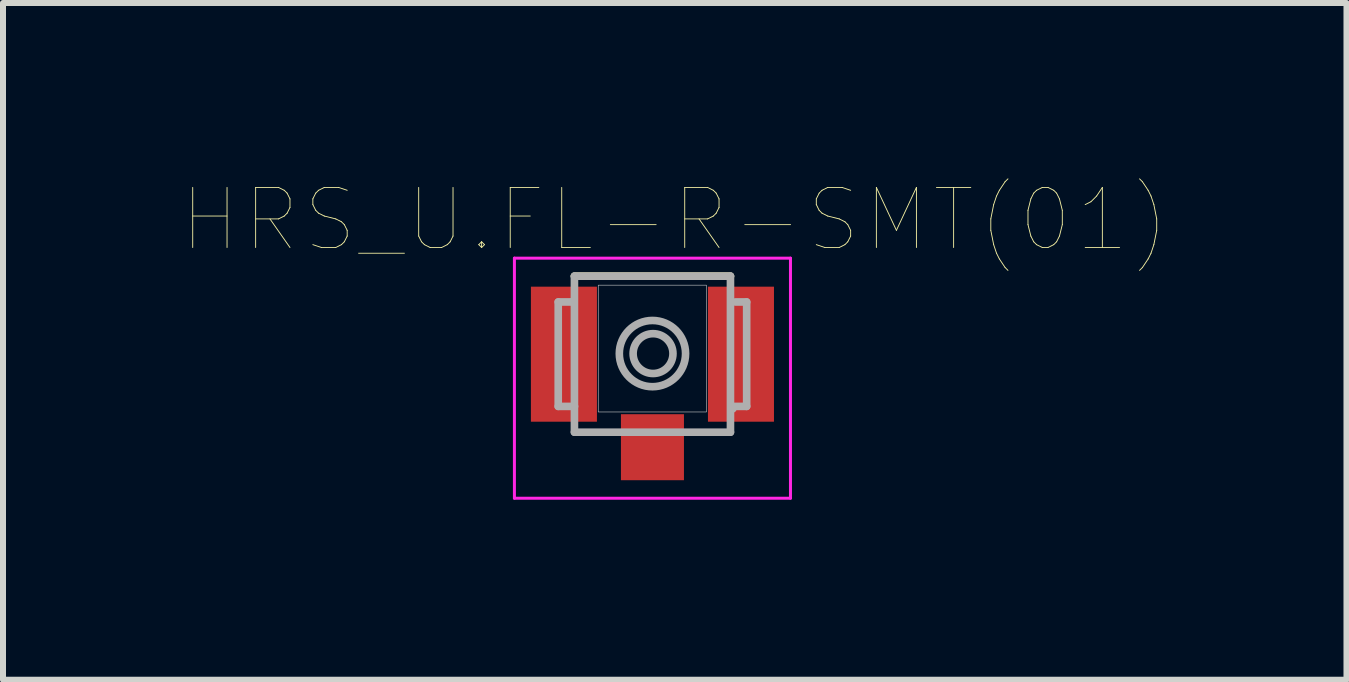
<source format=kicad_pcb>
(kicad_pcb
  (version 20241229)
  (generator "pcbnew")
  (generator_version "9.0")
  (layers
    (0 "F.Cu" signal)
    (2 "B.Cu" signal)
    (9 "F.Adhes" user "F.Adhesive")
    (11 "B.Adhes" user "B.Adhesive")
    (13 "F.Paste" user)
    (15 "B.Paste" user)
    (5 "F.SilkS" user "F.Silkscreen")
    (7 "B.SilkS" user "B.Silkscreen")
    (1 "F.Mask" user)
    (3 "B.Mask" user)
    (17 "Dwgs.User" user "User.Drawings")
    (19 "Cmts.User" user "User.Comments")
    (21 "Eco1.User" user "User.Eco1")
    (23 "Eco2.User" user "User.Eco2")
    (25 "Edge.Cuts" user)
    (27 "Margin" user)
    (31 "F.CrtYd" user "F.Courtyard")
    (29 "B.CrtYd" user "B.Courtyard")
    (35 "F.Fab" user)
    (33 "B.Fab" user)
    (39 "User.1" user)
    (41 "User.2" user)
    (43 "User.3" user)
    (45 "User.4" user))
  (footprint "HRS_U.FL-R-SMT(01)"
    (layer "F.Cu")
    (at 7.822 2.852)
    (property "Reference" "HRS_U.FL-R-SMT(01)" (at 0.371 -2.24 0) (layer "F.SilkS") (effects (font (size 1.001 1.001) (thickness 0.015))))
    (attr through_hole)
    (fp_line (start 1.3 -1.3) (end -1.3 -1.3) (stroke (width 0.127) (type solid)) (layer "F.SilkS"))
    (fp_poly (pts (xy -0.903 -1.15) (xy 0.9 -1.15) (xy 0.9 0.963) (xy -0.903 0.963)) (stroke (width 0.01) (type solid)) (fill no) (layer "Dwgs.User"))
    (fp_line (start -2.3 -1.6) (end -2.3 2.4) (stroke (width 0.05) (type solid)) (layer "F.CrtYd"))
    (fp_line (start -2.3 2.4) (end 2.3 2.4) (stroke (width 0.05) (type solid)) (layer "F.CrtYd"))
    (fp_line (start 2.3 -1.6) (end -2.3 -1.6) (stroke (width 0.05) (type solid)) (layer "F.CrtYd"))
    (fp_line (start 2.3 2.4) (end 2.3 -1.6) (stroke (width 0.05) (type solid)) (layer "F.CrtYd"))
    (fp_line (start -1.57 -0.87) (end -1.57 0.87) (stroke (width 0.127) (type solid)) (layer "F.Fab"))
    (fp_line (start -1.57 -0.87) (end -1.33 -0.87) (stroke (width 0.127) (type solid)) (layer "F.Fab"))
    (fp_line (start -1.57 0.87) (end -1.3 0.87) (stroke (width 0.127) (type solid)) (layer "F.Fab"))
    (fp_line (start -1.33 -0.87) (end -1.33 -0.88) (stroke (width 0.127) (type solid)) (layer "F.Fab"))
    (fp_line (start -1.3 -1.3) (end 1.3 -1.3) (stroke (width 0.127) (type solid)) (layer "F.Fab"))
    (fp_line (start -1.3 0.87) (end -1.3 -1.3) (stroke (width 0.127) (type solid)) (layer "F.Fab"))
    (fp_line (start -1.3 1.3) (end -1.3 0.87) (stroke (width 0.127) (type solid)) (layer "F.Fab"))
    (fp_line (start -1.3 1.3) (end 1.3 1.3) (stroke (width 0.127) (type solid)) (layer "F.Fab"))
    (fp_line (start 1.3 -1.3) (end 1.3 1.3) (stroke (width 0.127) (type solid)) (layer "F.Fab"))
    (fp_line (start 1.34 0.9) (end 1.34 0.91) (stroke (width 0.127) (type solid)) (layer "F.Fab"))
    (fp_line (start 1.38 -0.87) (end 1.57 -0.87) (stroke (width 0.127) (type solid)) (layer "F.Fab"))
    (fp_line (start 1.57 -0.87) (end 1.57 0.87) (stroke (width 0.127) (type solid)) (layer "F.Fab"))
    (fp_line (start 1.57 0.87) (end 1.34 0.87) (stroke (width 0.127) (type solid)) (layer "F.Fab"))
    (fp_circle (center 0 -0.01) (end 0.552 -0.01) (stroke (width 0.127) (type solid)) (fill no) (layer "F.Fab"))
    (fp_circle (center 0.01 -0.01) (end 0.342 -0.01) (stroke (width 0.127) (type solid)) (fill no) (layer "F.Fab"))
    (pad "1" smd rect (at -1.475 0) (size 1.1 2.25) (layers "F.Cu" "F.Mask" "F.Paste"))
    (pad "2" smd rect (at 1.475 0) (size 1.1 2.25) (layers "F.Cu" "F.Mask" "F.Paste"))
    (pad "3" smd rect (at 0 1.55) (size 1.05 1.1) (layers "F.Cu" "F.Mask" "F.Paste")))
  (gr_rect
    (start -3 -3)
    (end 19.387 8.277)
    (stroke (width 0.1) (type default))
    (fill no)
    (layer "Edge.Cuts")))
</source>
